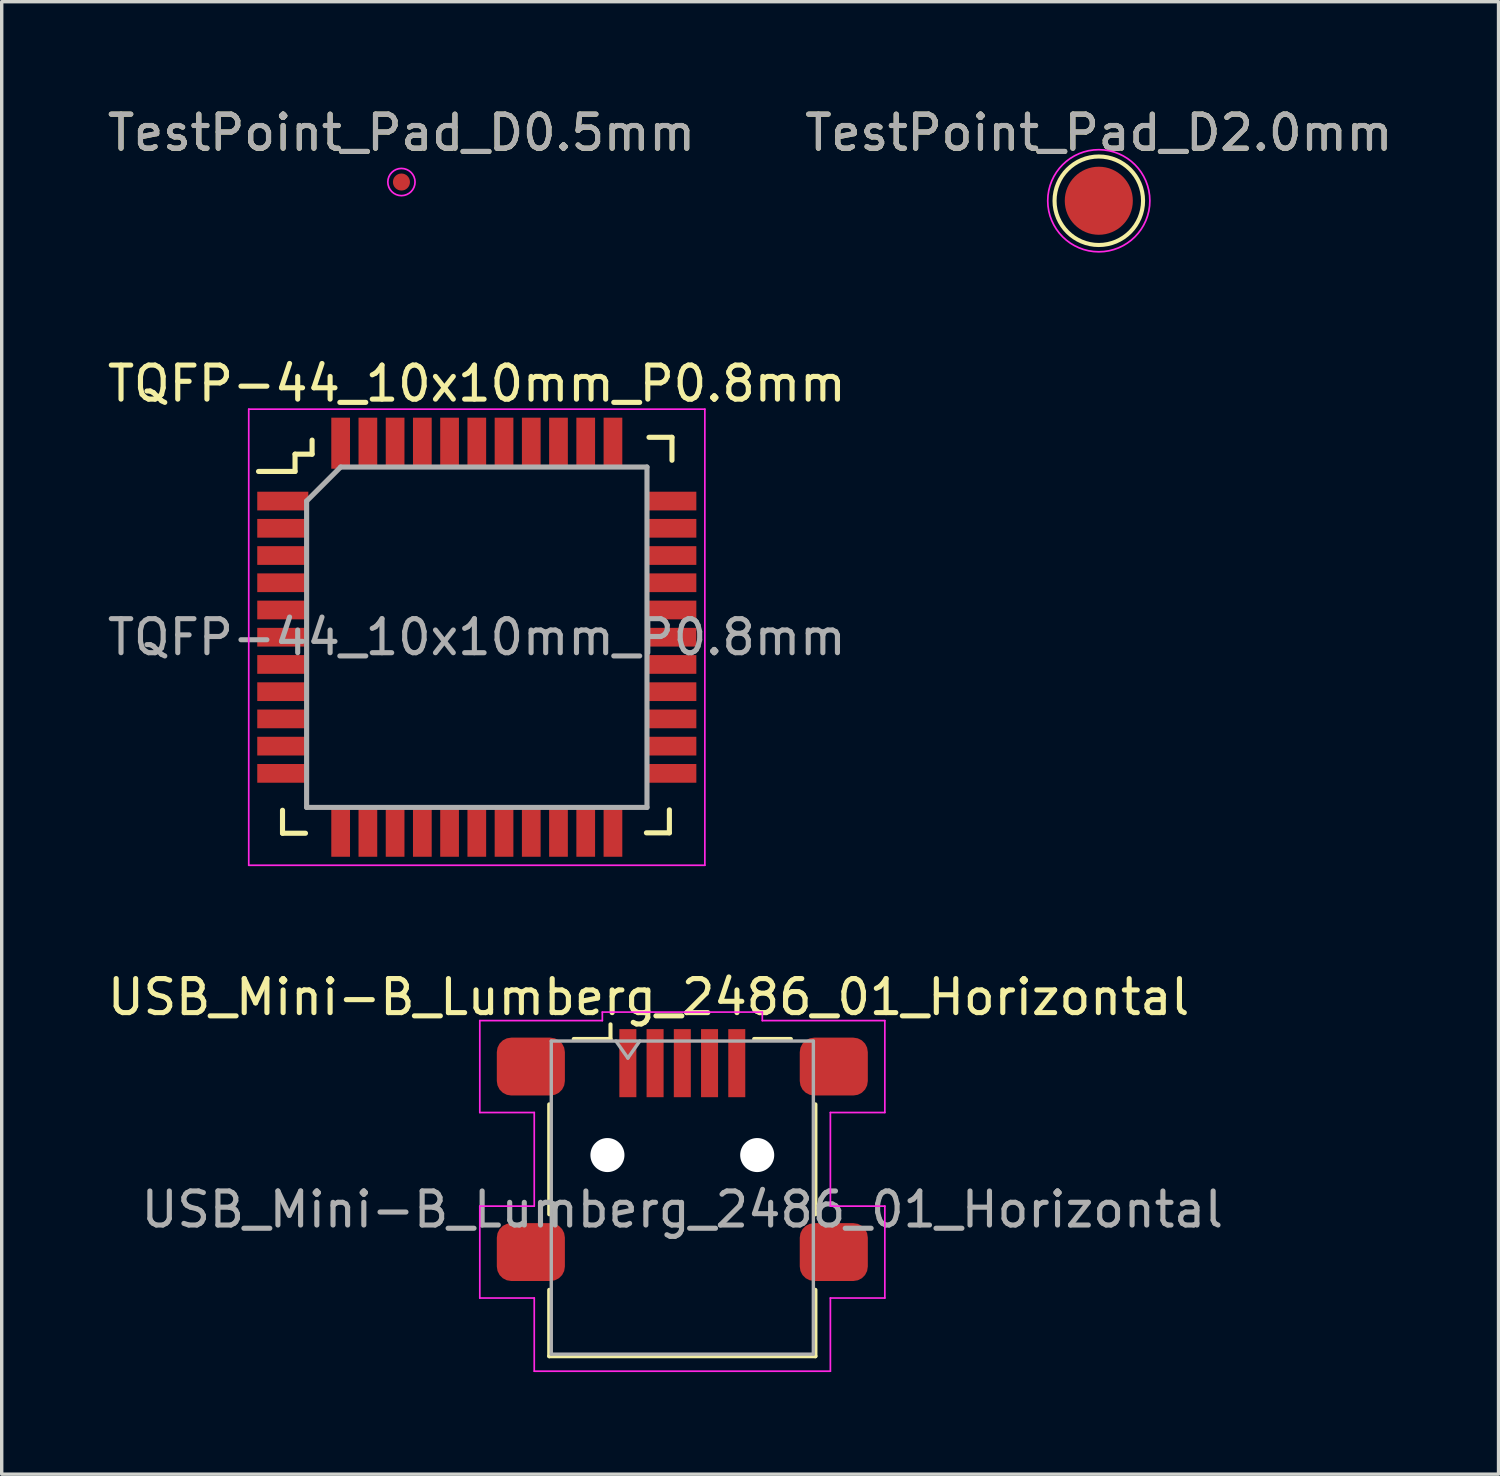
<source format=kicad_pcb>
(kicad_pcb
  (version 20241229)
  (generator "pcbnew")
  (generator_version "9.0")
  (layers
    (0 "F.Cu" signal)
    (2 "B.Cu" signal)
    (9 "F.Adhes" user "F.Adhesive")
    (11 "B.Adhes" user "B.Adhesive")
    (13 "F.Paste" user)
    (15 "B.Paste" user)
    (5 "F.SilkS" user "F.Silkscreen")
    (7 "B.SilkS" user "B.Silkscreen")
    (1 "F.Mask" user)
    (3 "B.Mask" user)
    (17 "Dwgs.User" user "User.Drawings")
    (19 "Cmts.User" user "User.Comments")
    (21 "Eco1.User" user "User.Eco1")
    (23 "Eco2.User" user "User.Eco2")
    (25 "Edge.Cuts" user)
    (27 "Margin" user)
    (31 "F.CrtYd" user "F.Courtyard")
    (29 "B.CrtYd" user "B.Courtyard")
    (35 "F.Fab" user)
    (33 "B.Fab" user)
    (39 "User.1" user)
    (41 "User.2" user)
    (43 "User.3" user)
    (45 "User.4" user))
  (footprint "TQFP-44_10x10mm_P0.8mm"
    (layer "F.Cu")
    (at 10.958 15.671)
    (property "Reference" "TQFP-44_10x10mm_P0.8mm" (at 0 -7.45 0) (layer "F.SilkS") (effects (font (size 1 1) (thickness 0.15))))
    (attr smd)
    (fp_line (start -5.708 5.759) (end -5.708 5.084) (stroke (width 0.15) (type solid)) (layer "F.SilkS"))
    (fp_line (start -5.708 5.759) (end -5.033 5.759) (stroke (width 0.15) (type solid)) (layer "F.SilkS"))
    (fp_line (start -5.34 -5.378) (end -4.839 -5.378) (stroke (width 0.15) (type solid)) (layer "F.SilkS"))
    (fp_line (start -5.34 -4.87) (end -6.413 -4.87) (stroke (width 0.15) (type solid)) (layer "F.SilkS"))
    (fp_line (start -5.34 -4.87) (end -5.34 -5.378) (stroke (width 0.15) (type solid)) (layer "F.SilkS"))
    (fp_line (start -4.839 -5.378) (end -4.839 -5.791) (stroke (width 0.15) (type solid)) (layer "F.SilkS"))
    (fp_line (start 5.658 5.747) (end 4.983 5.747) (stroke (width 0.15) (type solid)) (layer "F.SilkS"))
    (fp_line (start 5.658 5.747) (end 5.658 5.072) (stroke (width 0.15) (type solid)) (layer "F.SilkS"))
    (fp_line (start 5.734 -5.873) (end 5.059 -5.873) (stroke (width 0.15) (type solid)) (layer "F.SilkS"))
    (fp_line (start 5.734 -5.873) (end 5.734 -5.199) (stroke (width 0.15) (type solid)) (layer "F.SilkS"))
    (fp_line (start -6.7 -6.7) (end -6.7 6.7) (stroke (width 0.05) (type solid)) (layer "F.CrtYd"))
    (fp_line (start -6.7 -6.7) (end 6.7 -6.7) (stroke (width 0.05) (type solid)) (layer "F.CrtYd"))
    (fp_line (start -6.7 6.7) (end 6.7 6.7) (stroke (width 0.05) (type solid)) (layer "F.CrtYd"))
    (fp_line (start 6.7 -6.7) (end 6.7 6.7) (stroke (width 0.05) (type solid)) (layer "F.CrtYd"))
    (fp_line (start -5 -4) (end -4 -5) (stroke (width 0.15) (type solid)) (layer "F.Fab"))
    (fp_line (start -5 5) (end -5 -4) (stroke (width 0.15) (type solid)) (layer "F.Fab"))
    (fp_line (start -4 -5) (end 5 -5) (stroke (width 0.15) (type solid)) (layer "F.Fab"))
    (fp_line (start 5 -5) (end 5 5) (stroke (width 0.15) (type solid)) (layer "F.Fab"))
    (fp_line (start 5 5) (end -5 5) (stroke (width 0.15) (type solid)) (layer "F.Fab"))
    (fp_text user "${REFERENCE}" (at 0 0 0) (layer "F.Fab") (effects (font (size 1 1) (thickness 0.15))))
    (pad "1" smd rect (at -5.7 -4) (size 1.5 0.55) (layers "F.Cu" "F.Mask" "F.Paste"))
    (pad "2" smd rect (at -5.7 -3.2) (size 1.5 0.55) (layers "F.Cu" "F.Mask" "F.Paste"))
    (pad "3" smd rect (at -5.7 -2.4) (size 1.5 0.55) (layers "F.Cu" "F.Mask" "F.Paste"))
    (pad "4" smd rect (at -5.7 -1.6) (size 1.5 0.55) (layers "F.Cu" "F.Mask" "F.Paste"))
    (pad "5" smd rect (at -5.7 -0.8) (size 1.5 0.55) (layers "F.Cu" "F.Mask" "F.Paste"))
    (pad "6" smd rect (at -5.7 0) (size 1.5 0.55) (layers "F.Cu" "F.Mask" "F.Paste"))
    (pad "7" smd rect (at -5.7 0.8) (size 1.5 0.55) (layers "F.Cu" "F.Mask" "F.Paste"))
    (pad "8" smd rect (at -5.7 1.6) (size 1.5 0.55) (layers "F.Cu" "F.Mask" "F.Paste"))
    (pad "9" smd rect (at -5.7 2.4) (size 1.5 0.55) (layers "F.Cu" "F.Mask" "F.Paste"))
    (pad "10" smd rect (at -5.7 3.2) (size 1.5 0.55) (layers "F.Cu" "F.Mask" "F.Paste"))
    (pad "11" smd rect (at -5.7 4) (size 1.5 0.55) (layers "F.Cu" "F.Mask" "F.Paste"))
    (pad "12" smd rect (at -4 5.7 90) (size 1.5 0.55) (layers "F.Cu" "F.Mask" "F.Paste"))
    (pad "13" smd rect (at -3.2 5.7 90) (size 1.5 0.55) (layers "F.Cu" "F.Mask" "F.Paste"))
    (pad "14" smd rect (at -2.4 5.7 90) (size 1.5 0.55) (layers "F.Cu" "F.Mask" "F.Paste"))
    (pad "15" smd rect (at -1.6 5.7 90) (size 1.5 0.55) (layers "F.Cu" "F.Mask" "F.Paste"))
    (pad "16" smd rect (at -0.8 5.7 90) (size 1.5 0.55) (layers "F.Cu" "F.Mask" "F.Paste"))
    (pad "17" smd rect (at 0 5.7 90) (size 1.5 0.55) (layers "F.Cu" "F.Mask" "F.Paste"))
    (pad "18" smd rect (at 0.8 5.7 90) (size 1.5 0.55) (layers "F.Cu" "F.Mask" "F.Paste"))
    (pad "19" smd rect (at 1.6 5.7 90) (size 1.5 0.55) (layers "F.Cu" "F.Mask" "F.Paste"))
    (pad "20" smd rect (at 2.4 5.7 90) (size 1.5 0.55) (layers "F.Cu" "F.Mask" "F.Paste"))
    (pad "21" smd rect (at 3.2 5.7 90) (size 1.5 0.55) (layers "F.Cu" "F.Mask" "F.Paste"))
    (pad "22" smd rect (at 4 5.7 90) (size 1.5 0.55) (layers "F.Cu" "F.Mask" "F.Paste"))
    (pad "23" smd rect (at 5.7 4) (size 1.5 0.55) (layers "F.Cu" "F.Mask" "F.Paste"))
    (pad "24" smd rect (at 5.7 3.2) (size 1.5 0.55) (layers "F.Cu" "F.Mask" "F.Paste"))
    (pad "25" smd rect (at 5.7 2.4) (size 1.5 0.55) (layers "F.Cu" "F.Mask" "F.Paste"))
    (pad "26" smd rect (at 5.7 1.6) (size 1.5 0.55) (layers "F.Cu" "F.Mask" "F.Paste"))
    (pad "27" smd rect (at 5.7 0.8) (size 1.5 0.55) (layers "F.Cu" "F.Mask" "F.Paste"))
    (pad "28" smd rect (at 5.7 0) (size 1.5 0.55) (layers "F.Cu" "F.Mask" "F.Paste"))
    (pad "29" smd rect (at 5.7 -0.8) (size 1.5 0.55) (layers "F.Cu" "F.Mask" "F.Paste"))
    (pad "30" smd rect (at 5.7 -1.6) (size 1.5 0.55) (layers "F.Cu" "F.Mask" "F.Paste"))
    (pad "31" smd rect (at 5.7 -2.4) (size 1.5 0.55) (layers "F.Cu" "F.Mask" "F.Paste"))
    (pad "32" smd rect (at 5.7 -3.2) (size 1.5 0.55) (layers "F.Cu" "F.Mask" "F.Paste"))
    (pad "33" smd rect (at 5.7 -4) (size 1.5 0.55) (layers "F.Cu" "F.Mask" "F.Paste"))
    (pad "34" smd rect (at 4 -5.7 90) (size 1.5 0.55) (layers "F.Cu" "F.Mask" "F.Paste"))
    (pad "35" smd rect (at 3.2 -5.7 90) (size 1.5 0.55) (layers "F.Cu" "F.Mask" "F.Paste"))
    (pad "36" smd rect (at 2.4 -5.7 90) (size 1.5 0.55) (layers "F.Cu" "F.Mask" "F.Paste"))
    (pad "37" smd rect (at 1.6 -5.7 90) (size 1.5 0.55) (layers "F.Cu" "F.Mask" "F.Paste"))
    (pad "38" smd rect (at 0.8 -5.7 90) (size 1.5 0.55) (layers "F.Cu" "F.Mask" "F.Paste"))
    (pad "39" smd rect (at 0 -5.7 90) (size 1.5 0.55) (layers "F.Cu" "F.Mask" "F.Paste"))
    (pad "40" smd rect (at -0.8 -5.7 90) (size 1.5 0.55) (layers "F.Cu" "F.Mask" "F.Paste"))
    (pad "41" smd rect (at -1.6 -5.7 90) (size 1.5 0.55) (layers "F.Cu" "F.Mask" "F.Paste"))
    (pad "42" smd rect (at -2.4 -5.7 90) (size 1.5 0.55) (layers "F.Cu" "F.Mask" "F.Paste"))
    (pad "43" smd rect (at -3.2 -5.7 90) (size 1.5 0.55) (layers "F.Cu" "F.Mask" "F.Paste"))
    (pad "44" smd rect (at -4 -5.7 90) (size 1.5 0.55) (layers "F.Cu" "F.Mask" "F.Paste")))
  (footprint "TestPoint_Pad_D0.5mm"
    (layer "F.Cu")
    (at 8.744 2.298)
    (property "Reference" "TestPoint_Pad_D0.5mm" (at 0 -1.448 0) (layer "F.SilkS") (effects (font (size 1 1) (thickness 0.15))))
    (attr exclude_from_pos_files exclude_from_bom)
    (fp_circle (center 0 0) (end 0.4 0) (stroke (width 0.05) (type solid)) (fill no) (layer "F.CrtYd"))
    (fp_text user "${REFERENCE}" (at 0 -1.45 0) (layer "F.Fab") (effects (font (size 1 1) (thickness 0.15))))
    (pad "1" smd circle (at 0 0) (size 0.5 0.5) (layers "F.Cu" "F.Mask")))
  (footprint "TestPoint_Pad_D2.0mm"
    (layer "F.Cu")
    (at 29.232 2.848)
    (property "Reference" "TestPoint_Pad_D2.0mm" (at 0 -1.998 0) (layer "F.SilkS") (effects (font (size 1 1) (thickness 0.15))))
    (attr exclude_from_pos_files exclude_from_bom)
    (fp_circle (center 0 0) (end 1.3 0) (stroke (width 0.12) (type solid)) (fill no) (layer "F.SilkS"))
    (fp_circle (center 0 0) (end 1.5 0) (stroke (width 0.05) (type solid)) (fill no) (layer "F.CrtYd"))
    (fp_text user "${REFERENCE}" (at 0 -2 0) (layer "F.Fab") (effects (font (size 1 1) (thickness 0.15))))
    (pad "1" smd circle (at 0 0) (size 2 2) (layers "F.Cu" "F.Mask")))
  (footprint "USB_Mini-B_Lumberg_2486_01_Horizontal"
    (layer "F.Cu")
    (at 16.996 30.885)
    (property "Reference" "USB_Mini-B_Lumberg_2486_01_Horizontal" (at -0.99 -4.64 0) (layer "F.SilkS") (effects (font (size 1 1) (thickness 0.15))))
    (attr smd)
    (fp_line (start -3.91 1.74) (end -3.91 -1.49) (stroke (width 0.12) (type solid)) (layer "F.SilkS"))
    (fp_line (start -3.91 5.91) (end -3.91 3.96) (stroke (width 0.12) (type solid)) (layer "F.SilkS"))
    (fp_line (start -3.19 -3.41) (end -2.11 -3.41) (stroke (width 0.12) (type solid)) (layer "F.SilkS"))
    (fp_line (start -2.11 -3.41) (end -2.11 -3.84) (stroke (width 0.12) (type solid)) (layer "F.SilkS"))
    (fp_line (start 2.11 -3.41) (end 3.19 -3.41) (stroke (width 0.12) (type solid)) (layer "F.SilkS"))
    (fp_line (start 3.91 1.74) (end 3.91 -1.49) (stroke (width 0.12) (type solid)) (layer "F.SilkS"))
    (fp_line (start 3.91 5.91) (end -3.91 5.91) (stroke (width 0.12) (type solid)) (layer "F.SilkS"))
    (fp_line (start 3.91 5.91) (end 3.91 3.96) (stroke (width 0.12) (type solid)) (layer "F.SilkS"))
    (fp_line (start -5.95 -3.95) (end -5.95 -1.25) (stroke (width 0.05) (type solid)) (layer "F.CrtYd"))
    (fp_line (start -5.95 -3.95) (end -2.35 -3.95) (stroke (width 0.05) (type solid)) (layer "F.CrtYd"))
    (fp_line (start -5.95 1.5) (end -5.95 4.2) (stroke (width 0.05) (type solid)) (layer "F.CrtYd"))
    (fp_line (start -4.35 -1.25) (end -5.95 -1.25) (stroke (width 0.05) (type solid)) (layer "F.CrtYd"))
    (fp_line (start -4.35 -1.25) (end -4.35 1.5) (stroke (width 0.05) (type solid)) (layer "F.CrtYd"))
    (fp_line (start -4.35 1.5) (end -5.95 1.5) (stroke (width 0.05) (type solid)) (layer "F.CrtYd"))
    (fp_line (start -4.35 4.2) (end -5.95 4.2) (stroke (width 0.05) (type solid)) (layer "F.CrtYd"))
    (fp_line (start -4.35 6.35) (end -4.35 4.2) (stroke (width 0.05) (type solid)) (layer "F.CrtYd"))
    (fp_line (start -4.35 6.35) (end 4.35 6.35) (stroke (width 0.05) (type solid)) (layer "F.CrtYd"))
    (fp_line (start -2.35 -3.95) (end -2.35 -4.2) (stroke (width 0.05) (type solid)) (layer "F.CrtYd"))
    (fp_line (start 2.35 -4.2) (end -2.35 -4.2) (stroke (width 0.05) (type solid)) (layer "F.CrtYd"))
    (fp_line (start 2.35 -3.95) (end 2.35 -4.2) (stroke (width 0.05) (type solid)) (layer "F.CrtYd"))
    (fp_line (start 4.35 -1.25) (end 4.35 1.5) (stroke (width 0.05) (type solid)) (layer "F.CrtYd"))
    (fp_line (start 4.35 -1.25) (end 5.95 -1.25) (stroke (width 0.05) (type solid)) (layer "F.CrtYd"))
    (fp_line (start 4.35 1.5) (end 5.95 1.5) (stroke (width 0.05) (type solid)) (layer "F.CrtYd"))
    (fp_line (start 4.35 4.2) (end 5.95 4.2) (stroke (width 0.05) (type solid)) (layer "F.CrtYd"))
    (fp_line (start 4.35 6.35) (end 4.35 4.2) (stroke (width 0.05) (type solid)) (layer "F.CrtYd"))
    (fp_line (start 5.95 -3.95) (end 2.35 -3.95) (stroke (width 0.05) (type solid)) (layer "F.CrtYd"))
    (fp_line (start 5.95 -3.95) (end 5.95 -1.25) (stroke (width 0.05) (type solid)) (layer "F.CrtYd"))
    (fp_line (start 5.95 1.5) (end 5.95 4.2) (stroke (width 0.05) (type solid)) (layer "F.CrtYd"))
    (fp_line (start -3.85 -3.35) (end -3.85 5.85) (stroke (width 0.1) (type solid)) (layer "F.Fab"))
    (fp_line (start -3.85 -3.35) (end 3.85 -3.35) (stroke (width 0.1) (type solid)) (layer "F.Fab"))
    (fp_line (start -3.85 5.85) (end 3.85 5.85) (stroke (width 0.1) (type solid)) (layer "F.Fab"))
    (fp_line (start -1.95 -3.35) (end -1.6 -2.85) (stroke (width 0.1) (type solid)) (layer "F.Fab"))
    (fp_line (start -1.6 -2.85) (end -1.25 -3.35) (stroke (width 0.1) (type solid)) (layer "F.Fab"))
    (fp_line (start 3.85 5.85) (end 3.85 -3.35) (stroke (width 0.1) (type solid)) (layer "F.Fab"))
    (fp_text user "${REFERENCE}" (at 0 1.6 180) (layer "F.Fab") (effects (font (size 1 1) (thickness 0.15))))
    (pad "" np_thru_hole circle (at -2.2 0) (size 1 1) (drill 1) (layers "*.Cu" "*.Mask"))
    (pad "" np_thru_hole circle (at 2.2 0) (size 1 1) (drill 1) (layers "*.Cu" "*.Mask"))
    (pad "1" smd rect (at -1.6 -2.7) (size 0.5 2) (layers "F.Cu" "F.Mask" "F.Paste"))
    (pad "2" smd rect (at -0.8 -2.7) (size 0.5 2) (layers "F.Cu" "F.Mask" "F.Paste"))
    (pad "3" smd rect (at 0 -2.7) (size 0.5 2) (layers "F.Cu" "F.Mask" "F.Paste"))
    (pad "4" smd rect (at 0.8 -2.7) (size 0.5 2) (layers "F.Cu" "F.Mask" "F.Paste"))
    (pad "5" smd rect (at 1.6 -2.7) (size 0.5 2) (layers "F.Cu" "F.Mask" "F.Paste"))
    (pad "6" smd roundrect (at -4.45 -2.6) (size 2 1.7) (layers "F.Cu" "F.Mask" "F.Paste") (roundrect_rratio 0.25))
    (pad "6" smd roundrect (at -4.45 2.85) (size 2 1.7) (layers "F.Cu" "F.Mask" "F.Paste") (roundrect_rratio 0.25))
    (pad "6" smd roundrect (at 4.45 -2.6) (size 2 1.7) (layers "F.Cu" "F.Mask" "F.Paste") (roundrect_rratio 0.25))
    (pad "6" smd roundrect (at 4.45 2.85) (size 2 1.7) (layers "F.Cu" "F.Mask" "F.Paste") (roundrect_rratio 0.25)))
  (gr_rect
    (start -3 -3)
    (end 40.976 40.26)
    (stroke (width 0.1) (type default))
    (fill no)
    (layer "Edge.Cuts")))
</source>
